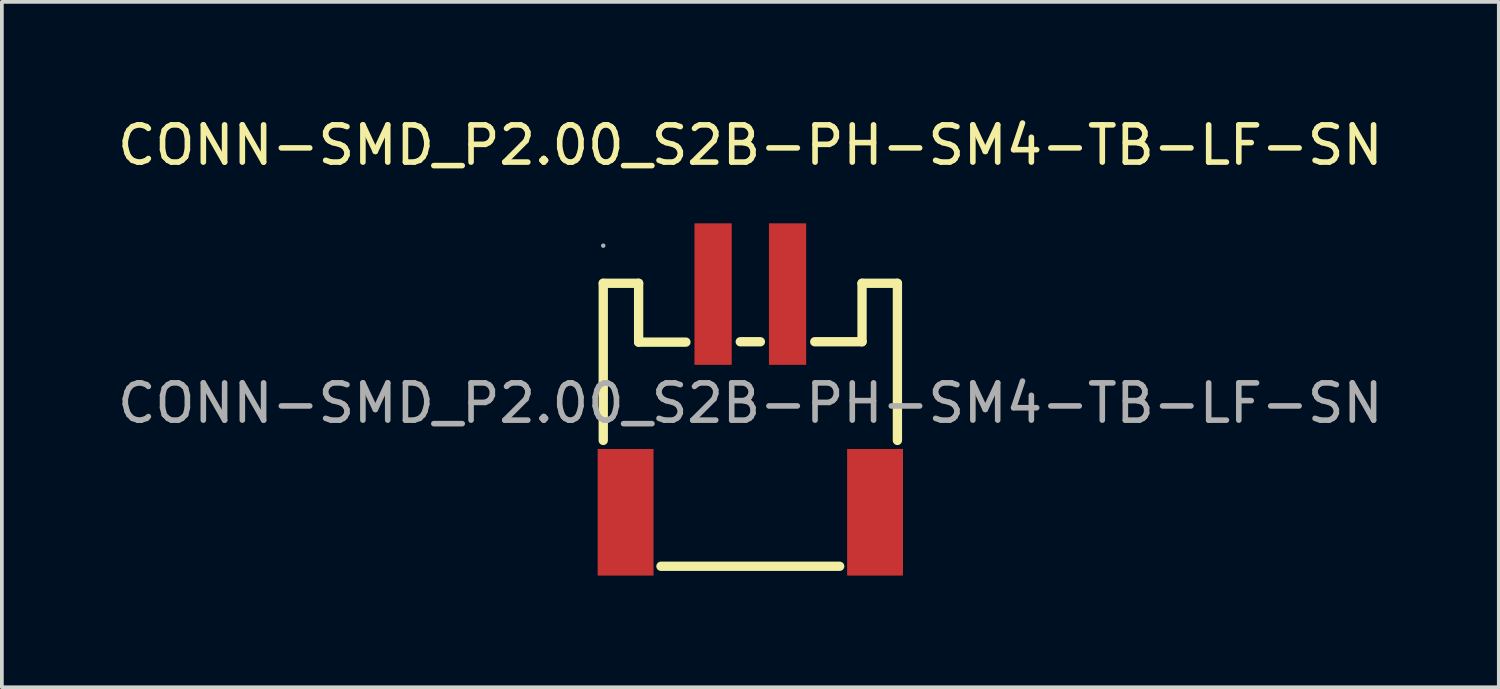
<source format=kicad_pcb>
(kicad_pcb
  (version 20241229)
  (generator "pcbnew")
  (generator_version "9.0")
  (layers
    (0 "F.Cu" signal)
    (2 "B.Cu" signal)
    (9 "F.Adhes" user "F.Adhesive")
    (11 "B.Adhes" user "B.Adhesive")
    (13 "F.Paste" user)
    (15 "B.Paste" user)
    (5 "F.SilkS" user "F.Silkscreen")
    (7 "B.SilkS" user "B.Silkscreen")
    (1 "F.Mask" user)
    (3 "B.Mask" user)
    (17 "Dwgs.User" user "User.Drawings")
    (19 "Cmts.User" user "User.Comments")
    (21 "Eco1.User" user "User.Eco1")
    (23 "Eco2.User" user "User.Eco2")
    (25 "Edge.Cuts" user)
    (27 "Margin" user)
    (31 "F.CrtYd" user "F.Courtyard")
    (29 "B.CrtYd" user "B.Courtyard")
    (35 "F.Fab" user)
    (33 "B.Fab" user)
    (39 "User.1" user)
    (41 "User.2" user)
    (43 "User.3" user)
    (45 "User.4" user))
  (footprint "CONN-SMD_P2.00_S2B-PH-SM4-TB-LF-SN"
    (layer "F.Cu")
    (at 17.101 7.778)
    (property "Reference" "CONN-SMD_P2.00_S2B-PH-SM4-TB-LF-SN" (at 0 -6.93 0) (layer "F.SilkS") (effects (font (size 1 1) (thickness 0.15))))
    (attr smd)
    (fp_line (start -3.95 -3.22) (end -3.95 1) (stroke (width 0.25) (type solid)) (layer "F.SilkS"))
    (fp_line (start -3 -3.22) (end -3.95 -3.22) (stroke (width 0.25) (type solid)) (layer "F.SilkS"))
    (fp_line (start -3 -1.64) (end -3 -3.22) (stroke (width 0.25) (type solid)) (layer "F.SilkS"))
    (fp_line (start -1.73 -1.64) (end -3 -1.64) (stroke (width 0.25) (type solid)) (layer "F.SilkS"))
    (fp_line (start 0.27 -1.65) (end -0.27 -1.65) (stroke (width 0.25) (type solid)) (layer "F.SilkS"))
    (fp_line (start 2.4 4.38) (end -2.4 4.38) (stroke (width 0.25) (type solid)) (layer "F.SilkS"))
    (fp_line (start 3 -3.22) (end 3 -1.65) (stroke (width 0.25) (type solid)) (layer "F.SilkS"))
    (fp_line (start 3 -1.65) (end 1.73 -1.65) (stroke (width 0.25) (type solid)) (layer "F.SilkS"))
    (fp_line (start 3.95 -3.22) (end 3 -3.22) (stroke (width 0.25) (type solid)) (layer "F.SilkS"))
    (fp_line (start 3.95 -3.22) (end 3.95 1) (stroke (width 0.25) (type solid)) (layer "F.SilkS"))
    (fp_circle (center -3.95 -4.23) (end -3.92 -4.23) (stroke (width 0.06) (type solid)) (fill no) (layer "F.Fab"))
    (fp_text user "${REFERENCE}" (at 0 0 0) (layer "F.Fab") (effects (font (size 1 1) (thickness 0.15))))
    (pad "1" smd rect (at -1 -2.93) (size 1 3.8) (layers "F.Cu" "F.Mask" "F.Paste"))
    (pad "2" smd rect (at 1 -2.93) (size 1 3.8) (layers "F.Cu" "F.Mask" "F.Paste"))
    (pad "3" smd rect (at 3.35 2.93) (size 1.5 3.4) (layers "F.Cu" "F.Mask" "F.Paste"))
    (pad "4" smd rect (at -3.35 2.93) (size 1.5 3.4) (layers "F.Cu" "F.Mask" "F.Paste")))
  (gr_rect
    (start -3 -3)
    (end 37.202 15.408)
    (stroke (width 0.1) (type default))
    (fill no)
    (layer "Edge.Cuts")))
</source>
